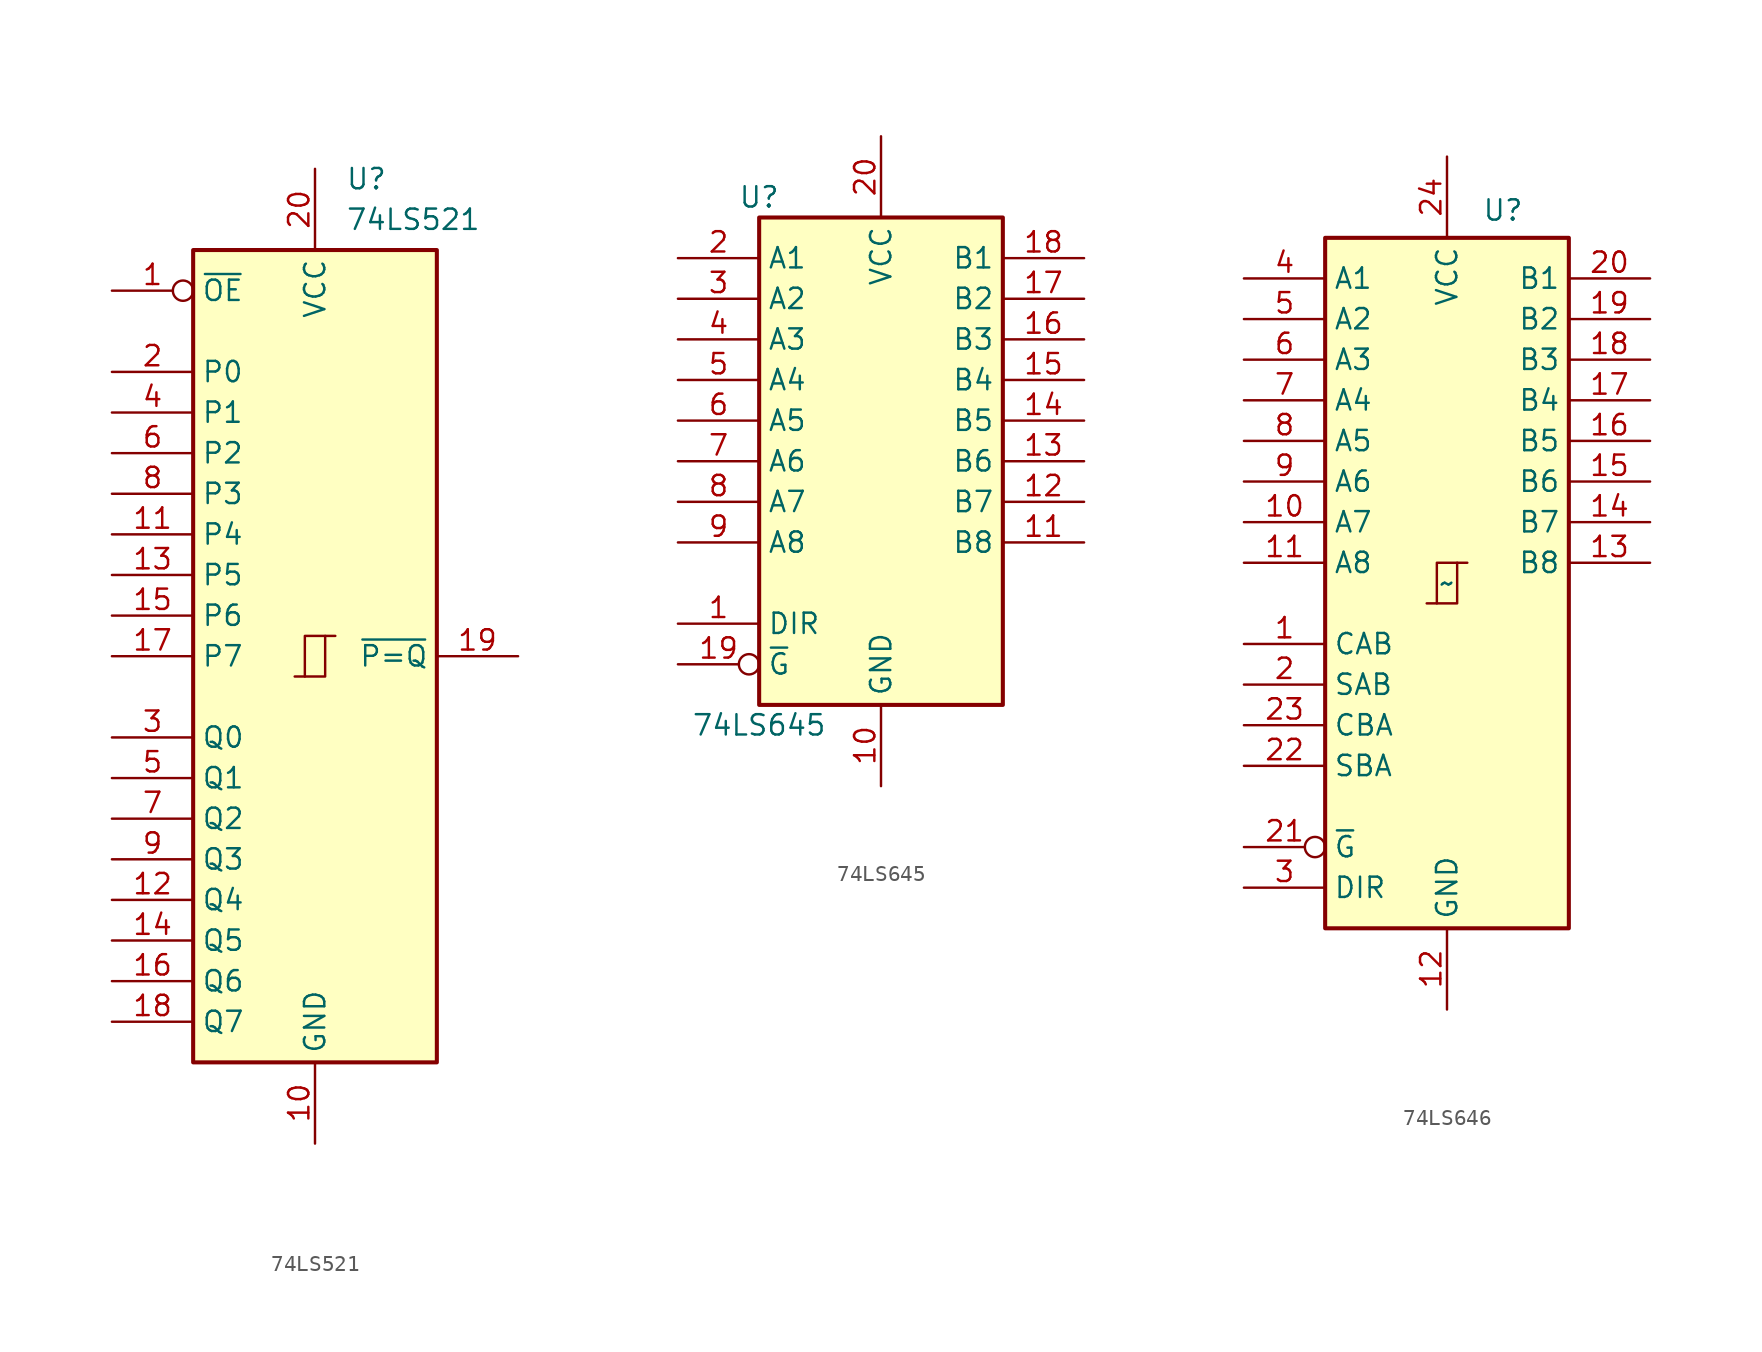
<source format=kicad_sym>
(kicad_symbol_lib
  (version 20231120)
  (generator "kicad_symbol_editor")
  (generator_version "8.0")
  (symbol "74LS521"
    (property "Reference" "U"
      (at 1.905 29.845 0)
      (do_not_autoplace)
      (effects (font (size 1.27 1.27)) (justify left)))
    (property "Value" "74LS521"
      (at 1.905 27.305 0)
      (do_not_autoplace)
      (effects (font (size 1.27 1.27)) (justify left)))
    (symbol "74LS521_1_0"
      (polyline (pts (xy -0.635 -1.27) (xy -0.635 1.27) (xy 0.635 1.27)) (stroke (width 0) (type default)) (fill (type none)))
      (polyline (pts (xy -1.27 -1.27) (xy 0.635 -1.27) (xy 0.635 1.27) (xy 1.27 1.27)) (stroke (width 0) (type default)) (fill (type none)))
      (pin input inverted (at -12.7 22.86 0) (length 5.08) (name "~{OE}" (effects (font (size 1.27 1.27)))) (number "1" (effects (font (size 1.27 1.27)))))
      (pin power_in line (at 0 -30.48 90) (length 5.08) (name "GND" (effects (font (size 1.27 1.27)))) (number "10" (effects (font (size 1.27 1.27)))))
      (pin input line (at -12.7 7.62 0) (length 5.08) (name "P4" (effects (font (size 1.27 1.27)))) (number "11" (effects (font (size 1.27 1.27)))))
      (pin input line (at -12.7 -15.24 0) (length 5.08) (name "Q4" (effects (font (size 1.27 1.27)))) (number "12" (effects (font (size 1.27 1.27)))))
      (pin input line (at -12.7 5.08 0) (length 5.08) (name "P5" (effects (font (size 1.27 1.27)))) (number "13" (effects (font (size 1.27 1.27)))))
      (pin input line (at -12.7 -17.78 0) (length 5.08) (name "Q5" (effects (font (size 1.27 1.27)))) (number "14" (effects (font (size 1.27 1.27)))))
      (pin input line (at -12.7 2.54 0) (length 5.08) (name "P6" (effects (font (size 1.27 1.27)))) (number "15" (effects (font (size 1.27 1.27)))))
      (pin input line (at -12.7 -20.32 0) (length 5.08) (name "Q6" (effects (font (size 1.27 1.27)))) (number "16" (effects (font (size 1.27 1.27)))))
      (pin input line (at -12.7 0 0) (length 5.08) (name "P7" (effects (font (size 1.27 1.27)))) (number "17" (effects (font (size 1.27 1.27)))))
      (pin input line (at -12.7 -22.86 0) (length 5.08) (name "Q7" (effects (font (size 1.27 1.27)))) (number "18" (effects (font (size 1.27 1.27)))))
      (pin tri_state line (at 12.7 0 180) (length 5.08) (name "~{P=Q}" (effects (font (size 1.27 1.27)))) (number "19" (effects (font (size 1.27 1.27)))))
      (pin input line (at -12.7 17.78 0) (length 5.08) (name "P0" (effects (font (size 1.27 1.27)))) (number "2" (effects (font (size 1.27 1.27)))))
      (pin power_in line (at 0 30.48 270) (length 5.08) (name "VCC" (effects (font (size 1.27 1.27)))) (number "20" (effects (font (size 1.27 1.27)))))
      (pin input line (at -12.7 -5.08 0) (length 5.08) (name "Q0" (effects (font (size 1.27 1.27)))) (number "3" (effects (font (size 1.27 1.27)))))
      (pin input line (at -12.7 15.24 0) (length 5.08) (name "P1" (effects (font (size 1.27 1.27)))) (number "4" (effects (font (size 1.27 1.27)))))
      (pin input line (at -12.7 -7.62 0) (length 5.08) (name "Q1" (effects (font (size 1.27 1.27)))) (number "5" (effects (font (size 1.27 1.27)))))
      (pin input line (at -12.7 12.7 0) (length 5.08) (name "P2" (effects (font (size 1.27 1.27)))) (number "6" (effects (font (size 1.27 1.27)))))
      (pin input line (at -12.7 -10.16 0) (length 5.08) (name "Q2" (effects (font (size 1.27 1.27)))) (number "7" (effects (font (size 1.27 1.27)))))
      (pin input line (at -12.7 10.16 0) (length 5.08) (name "P3" (effects (font (size 1.27 1.27)))) (number "8" (effects (font (size 1.27 1.27)))))
      (pin input line (at -12.7 -12.7 0) (length 5.08) (name "Q3" (effects (font (size 1.27 1.27)))) (number "9" (effects (font (size 1.27 1.27))))))
    (symbol "74LS521_1_1"
      (rectangle (start -7.62 25.4) (end 7.62 -25.4) (stroke (width 0.254) (type default)) (fill (type background)))))
  (symbol "74LS645"
    (property "Reference" "U"
      (at -7.62 16.51 0)
      (effects (font (size 1.27 1.27))))
    (property "Value" "74LS645"
      (at -7.62 -16.51 0)
      (effects (font (size 1.27 1.27))))
    (symbol "74LS645_1_0"
      (pin input line (at -12.7 -10.16 0) (length 5.08) (name "DIR" (effects (font (size 1.27 1.27)))) (number "1" (effects (font (size 1.27 1.27)))))
      (pin power_in line (at 0 -20.32 90) (length 5.08) (name "GND" (effects (font (size 1.27 1.27)))) (number "10" (effects (font (size 1.27 1.27)))))
      (pin tri_state line (at 12.7 -5.08 180) (length 5.08) (name "B8" (effects (font (size 1.27 1.27)))) (number "11" (effects (font (size 1.27 1.27)))))
      (pin tri_state line (at 12.7 -2.54 180) (length 5.08) (name "B7" (effects (font (size 1.27 1.27)))) (number "12" (effects (font (size 1.27 1.27)))))
      (pin tri_state line (at 12.7 0 180) (length 5.08) (name "B6" (effects (font (size 1.27 1.27)))) (number "13" (effects (font (size 1.27 1.27)))))
      (pin tri_state line (at 12.7 2.54 180) (length 5.08) (name "B5" (effects (font (size 1.27 1.27)))) (number "14" (effects (font (size 1.27 1.27)))))
      (pin tri_state line (at 12.7 5.08 180) (length 5.08) (name "B4" (effects (font (size 1.27 1.27)))) (number "15" (effects (font (size 1.27 1.27)))))
      (pin tri_state line (at 12.7 7.62 180) (length 5.08) (name "B3" (effects (font (size 1.27 1.27)))) (number "16" (effects (font (size 1.27 1.27)))))
      (pin tri_state line (at 12.7 10.16 180) (length 5.08) (name "B2" (effects (font (size 1.27 1.27)))) (number "17" (effects (font (size 1.27 1.27)))))
      (pin tri_state line (at 12.7 12.7 180) (length 5.08) (name "B1" (effects (font (size 1.27 1.27)))) (number "18" (effects (font (size 1.27 1.27)))))
      (pin input inverted (at -12.7 -12.7 0) (length 5.08) (name "~{G}" (effects (font (size 1.27 1.27)))) (number "19" (effects (font (size 1.27 1.27)))))
      (pin power_in line (at 0 20.32 270) (length 5.08) (name "VCC" (effects (font (size 1.27 1.27)))) (number "20" (effects (font (size 1.27 1.27))))))
    (symbol "74LS645_1_1"
      (rectangle (start -7.62 15.24) (end 7.62 -15.24) (stroke (width 0.254) (type default)) (fill (type background)))
      (pin tri_state line (at -12.7 12.7 0) (length 5.08) (name "A1" (effects (font (size 1.27 1.27)))) (number "2" (effects (font (size 1.27 1.27)))))
      (pin tri_state line (at -12.7 10.16 0) (length 5.08) (name "A2" (effects (font (size 1.27 1.27)))) (number "3" (effects (font (size 1.27 1.27)))))
      (pin tri_state line (at -12.7 7.62 0) (length 5.08) (name "A3" (effects (font (size 1.27 1.27)))) (number "4" (effects (font (size 1.27 1.27)))))
      (pin tri_state line (at -12.7 5.08 0) (length 5.08) (name "A4" (effects (font (size 1.27 1.27)))) (number "5" (effects (font (size 1.27 1.27)))))
      (pin tri_state line (at -12.7 2.54 0) (length 5.08) (name "A5" (effects (font (size 1.27 1.27)))) (number "6" (effects (font (size 1.27 1.27)))))
      (pin tri_state line (at -12.7 0 0) (length 5.08) (name "A6" (effects (font (size 1.27 1.27)))) (number "7" (effects (font (size 1.27 1.27)))))
      (pin tri_state line (at -12.7 -2.54 0) (length 5.08) (name "A7" (effects (font (size 1.27 1.27)))) (number "8" (effects (font (size 1.27 1.27)))))
      (pin tri_state line (at -12.7 -5.08 0) (length 5.08) (name "A8" (effects (font (size 1.27 1.27)))) (number "9" (effects (font (size 1.27 1.27)))))))
  (symbol "74LS646"
    (property "Reference" "U"
      (at 2.194 23.31 0)
      (effects (font (size 1.27 1.27)) (justify left)))
    (property "Value" "~"
      (at 0 0 0)
      (effects (font (size 1.27 1.27))))
    (symbol "74LS646_1_0"
      (polyline (pts (xy -0.635 -1.27) (xy -0.635 1.27) (xy 0.635 1.27)) (stroke (width 0) (type default)) (fill (type none)))
      (polyline (pts (xy -1.27 -1.27) (xy 0.635 -1.27) (xy 0.635 1.27) (xy 1.27 1.27)) (stroke (width 0) (type default)) (fill (type none)))
      (pin input line (at -12.7 -3.81 0) (length 5.08) (name "CAB" (effects (font (size 1.27 1.27)))) (number "1" (effects (font (size 1.27 1.27)))))
      (pin tri_state line (at -12.7 3.81 0) (length 5.08) (name "A7" (effects (font (size 1.27 1.27)))) (number "10" (effects (font (size 1.27 1.27)))))
      (pin tri_state line (at -12.7 1.27 0) (length 5.08) (name "A8" (effects (font (size 1.27 1.27)))) (number "11" (effects (font (size 1.27 1.27)))))
      (pin power_in line (at 0 -26.67 90) (length 5.08) (name "GND" (effects (font (size 1.27 1.27)))) (number "12" (effects (font (size 1.27 1.27)))))
      (pin tri_state line (at 12.7 1.27 180) (length 5.08) (name "B8" (effects (font (size 1.27 1.27)))) (number "13" (effects (font (size 1.27 1.27)))))
      (pin tri_state line (at 12.7 3.81 180) (length 5.08) (name "B7" (effects (font (size 1.27 1.27)))) (number "14" (effects (font (size 1.27 1.27)))))
      (pin tri_state line (at 12.7 6.35 180) (length 5.08) (name "B6" (effects (font (size 1.27 1.27)))) (number "15" (effects (font (size 1.27 1.27)))))
      (pin tri_state line (at 12.7 8.89 180) (length 5.08) (name "B5" (effects (font (size 1.27 1.27)))) (number "16" (effects (font (size 1.27 1.27)))))
      (pin tri_state line (at 12.7 11.43 180) (length 5.08) (name "B4" (effects (font (size 1.27 1.27)))) (number "17" (effects (font (size 1.27 1.27)))))
      (pin tri_state line (at 12.7 13.97 180) (length 5.08) (name "B3" (effects (font (size 1.27 1.27)))) (number "18" (effects (font (size 1.27 1.27)))))
      (pin tri_state line (at 12.7 16.51 180) (length 5.08) (name "B2" (effects (font (size 1.27 1.27)))) (number "19" (effects (font (size 1.27 1.27)))))
      (pin input line (at -12.7 -6.35 0) (length 5.08) (name "SAB" (effects (font (size 1.27 1.27)))) (number "2" (effects (font (size 1.27 1.27)))))
      (pin tri_state line (at 12.7 19.05 180) (length 5.08) (name "B1" (effects (font (size 1.27 1.27)))) (number "20" (effects (font (size 1.27 1.27)))))
      (pin input inverted (at -12.7 -16.51 0) (length 5.08) (name "~{G}" (effects (font (size 1.27 1.27)))) (number "21" (effects (font (size 1.27 1.27)))))
      (pin input line (at -12.7 -11.43 0) (length 5.08) (name "SBA" (effects (font (size 1.27 1.27)))) (number "22" (effects (font (size 1.27 1.27)))))
      (pin input line (at -12.7 -8.89 0) (length 5.08) (name "CBA" (effects (font (size 1.27 1.27)))) (number "23" (effects (font (size 1.27 1.27)))))
      (pin power_in line (at 0 26.67 270) (length 5.08) (name "VCC" (effects (font (size 1.27 1.27)))) (number "24" (effects (font (size 1.27 1.27)))))
      (pin input line (at -12.7 -19.05 0) (length 5.08) (name "DIR" (effects (font (size 1.27 1.27)))) (number "3" (effects (font (size 1.27 1.27)))))
      (pin tri_state line (at -12.7 19.05 0) (length 5.08) (name "A1" (effects (font (size 1.27 1.27)))) (number "4" (effects (font (size 1.27 1.27)))))
      (pin tri_state line (at -12.7 16.51 0) (length 5.08) (name "A2" (effects (font (size 1.27 1.27)))) (number "5" (effects (font (size 1.27 1.27)))))
      (pin tri_state line (at -12.7 13.97 0) (length 5.08) (name "A3" (effects (font (size 1.27 1.27)))) (number "6" (effects (font (size 1.27 1.27)))))
      (pin tri_state line (at -12.7 11.43 0) (length 5.08) (name "A4" (effects (font (size 1.27 1.27)))) (number "7" (effects (font (size 1.27 1.27)))))
      (pin tri_state line (at -12.7 8.89 0) (length 5.08) (name "A5" (effects (font (size 1.27 1.27)))) (number "8" (effects (font (size 1.27 1.27)))))
      (pin tri_state line (at -12.7 6.35 0) (length 5.08) (name "A6" (effects (font (size 1.27 1.27)))) (number "9" (effects (font (size 1.27 1.27))))))
    (symbol "74LS646_1_1"
      (rectangle (start -7.62 21.59) (end 7.62 -21.59) (stroke (width 0.254) (type default)) (fill (type background))))))
</source>
